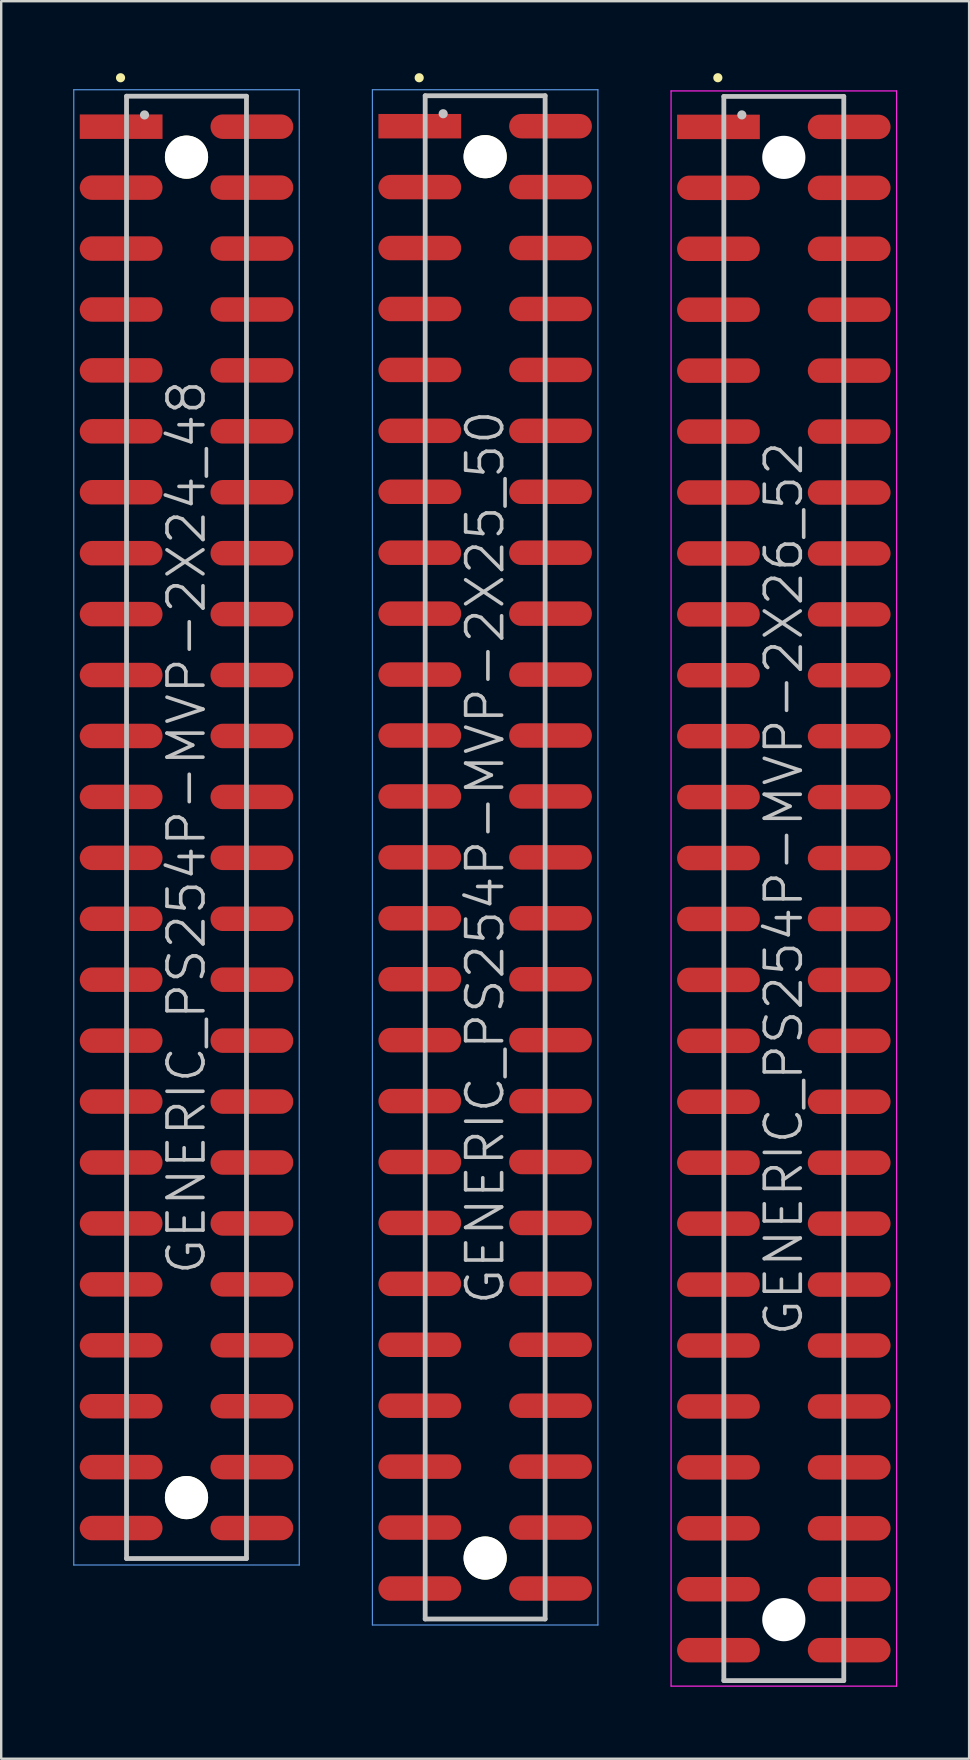
<source format=kicad_pcb>
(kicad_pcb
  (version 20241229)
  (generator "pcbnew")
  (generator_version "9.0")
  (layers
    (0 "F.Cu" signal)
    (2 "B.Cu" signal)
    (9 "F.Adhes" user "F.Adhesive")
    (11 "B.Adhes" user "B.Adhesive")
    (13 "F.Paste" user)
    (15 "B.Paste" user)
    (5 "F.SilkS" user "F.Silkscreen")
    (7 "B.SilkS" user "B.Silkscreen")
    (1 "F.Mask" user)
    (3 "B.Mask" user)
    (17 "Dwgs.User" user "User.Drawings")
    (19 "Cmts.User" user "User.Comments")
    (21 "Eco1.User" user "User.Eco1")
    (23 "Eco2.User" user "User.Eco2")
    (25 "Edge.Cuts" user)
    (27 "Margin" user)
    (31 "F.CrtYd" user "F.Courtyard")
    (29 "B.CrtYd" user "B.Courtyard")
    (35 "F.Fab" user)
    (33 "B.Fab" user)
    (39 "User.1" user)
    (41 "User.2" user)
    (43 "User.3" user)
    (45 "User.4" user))
  (footprint "GENERIC_PS254P-MVP-2X26_52"
    (layer "F.Cu")
    (at 29.625 33.99)
    (property "Reference" "GENERIC_PS254P-MVP-2X26_52" (at 0 0 90) (layer "Dwgs.User") (effects (font (size 1.5 1.5) (thickness 0.15))))
    (attr smd)
    (fp_line (start -2.75 -33.8) (end -2.75 -33.8) (stroke (width 0.381) (type solid)) (layer "F.SilkS"))
    (fp_line (start -2.5 -33.02) (end -2.5 33.02) (stroke (width 0.2) (type solid)) (layer "Dwgs.User"))
    (fp_line (start -2.5 -33.02) (end 2.5 -33.02) (stroke (width 0.2) (type solid)) (layer "Dwgs.User"))
    (fp_line (start -2.5 33.02) (end 2.5 33.02) (stroke (width 0.2) (type solid)) (layer "Dwgs.User"))
    (fp_line (start -1.75 -32.25) (end -1.75 -32.25) (stroke (width 0.381) (type solid)) (layer "Dwgs.User"))
    (fp_line (start 2.5 -33.02) (end 2.5 33.02) (stroke (width 0.2) (type solid)) (layer "Dwgs.User"))
    (fp_line (start -4.7 -33.25) (end -4.7 33.25) (stroke (width 0.05) (type solid)) (layer "F.CrtYd"))
    (fp_line (start -4.7 -33.25) (end 4.7 -33.25) (stroke (width 0.05) (type solid)) (layer "F.CrtYd"))
    (fp_line (start -4.7 33.25) (end 4.7 33.25) (stroke (width 0.05) (type solid)) (layer "F.CrtYd"))
    (fp_line (start 4.7 -33.25) (end 4.7 33.25) (stroke (width 0.05) (type solid)) (layer "F.CrtYd"))
    (pad "" np_thru_hole circle (at 0 -30.48 270) (size 1.8 1.8) (drill 1.8) (layers "*.Cu" "*.Mask"))
    (pad "" np_thru_hole circle (at 0 30.48 270) (size 1.8 1.8) (drill 1.8) (layers "*.Cu" "*.Mask"))
    (pad "1" smd rect (at -2.725 -31.75 270) (size 1.02 3.45) (layers "F.Cu" "F.Mask" "F.Paste"))
    (pad "2" smd oval (at 2.725 -31.75 270) (size 1.02 3.45) (layers "F.Cu" "F.Mask" "F.Paste"))
    (pad "3" smd oval (at -2.725 -29.21 270) (size 1.02 3.45) (layers "F.Cu" "F.Mask" "F.Paste"))
    (pad "4" smd oval (at 2.725 -29.21 270) (size 1.02 3.45) (layers "F.Cu" "F.Mask" "F.Paste"))
    (pad "5" smd oval (at -2.725 -26.67 270) (size 1.02 3.45) (layers "F.Cu" "F.Mask" "F.Paste"))
    (pad "6" smd oval (at 2.725 -26.67 270) (size 1.02 3.45) (layers "F.Cu" "F.Mask" "F.Paste"))
    (pad "7" smd oval (at -2.725 -24.13 270) (size 1.02 3.45) (layers "F.Cu" "F.Mask" "F.Paste"))
    (pad "8" smd oval (at 2.725 -24.13 270) (size 1.02 3.45) (layers "F.Cu" "F.Mask" "F.Paste"))
    (pad "9" smd oval (at -2.725 -21.59 270) (size 1.02 3.45) (layers "F.Cu" "F.Mask" "F.Paste"))
    (pad "10" smd oval (at 2.725 -21.59 270) (size 1.02 3.45) (layers "F.Cu" "F.Mask" "F.Paste"))
    (pad "11" smd oval (at -2.725 -19.05 270) (size 1.02 3.45) (layers "F.Cu" "F.Mask" "F.Paste"))
    (pad "12" smd oval (at 2.725 -19.05 270) (size 1.02 3.45) (layers "F.Cu" "F.Mask" "F.Paste"))
    (pad "13" smd oval (at -2.725 -16.51 270) (size 1.02 3.45) (layers "F.Cu" "F.Mask" "F.Paste"))
    (pad "14" smd oval (at 2.725 -16.51 270) (size 1.02 3.45) (layers "F.Cu" "F.Mask" "F.Paste"))
    (pad "15" smd oval (at -2.725 -13.97 270) (size 1.02 3.45) (layers "F.Cu" "F.Mask" "F.Paste"))
    (pad "16" smd oval (at 2.725 -13.97 270) (size 1.02 3.45) (layers "F.Cu" "F.Mask" "F.Paste"))
    (pad "17" smd oval (at -2.725 -11.43 270) (size 1.02 3.45) (layers "F.Cu" "F.Mask" "F.Paste"))
    (pad "18" smd oval (at 2.725 -11.43 270) (size 1.02 3.45) (layers "F.Cu" "F.Mask" "F.Paste"))
    (pad "19" smd oval (at -2.725 -8.89 270) (size 1.02 3.45) (layers "F.Cu" "F.Mask" "F.Paste"))
    (pad "20" smd oval (at 2.725 -8.89 270) (size 1.02 3.45) (layers "F.Cu" "F.Mask" "F.Paste"))
    (pad "21" smd oval (at -2.725 -6.35 270) (size 1.02 3.45) (layers "F.Cu" "F.Mask" "F.Paste"))
    (pad "22" smd oval (at 2.725 -6.35 270) (size 1.02 3.45) (layers "F.Cu" "F.Mask" "F.Paste"))
    (pad "23" smd oval (at -2.725 -3.81 270) (size 1.02 3.45) (layers "F.Cu" "F.Mask" "F.Paste"))
    (pad "24" smd oval (at 2.725 -3.81 270) (size 1.02 3.45) (layers "F.Cu" "F.Mask" "F.Paste"))
    (pad "25" smd oval (at -2.725 -1.27 270) (size 1.02 3.45) (layers "F.Cu" "F.Mask" "F.Paste"))
    (pad "26" smd oval (at 2.725 -1.27 270) (size 1.02 3.45) (layers "F.Cu" "F.Mask" "F.Paste"))
    (pad "27" smd oval (at -2.725 1.27 270) (size 1.02 3.45) (layers "F.Cu" "F.Mask" "F.Paste"))
    (pad "28" smd oval (at 2.725 1.27 270) (size 1.02 3.45) (layers "F.Cu" "F.Mask" "F.Paste"))
    (pad "29" smd oval (at -2.725 3.81 270) (size 1.02 3.45) (layers "F.Cu" "F.Mask" "F.Paste"))
    (pad "30" smd oval (at 2.725 3.81 270) (size 1.02 3.45) (layers "F.Cu" "F.Mask" "F.Paste"))
    (pad "31" smd oval (at -2.725 6.35 270) (size 1.02 3.45) (layers "F.Cu" "F.Mask" "F.Paste"))
    (pad "32" smd oval (at 2.725 6.35 270) (size 1.02 3.45) (layers "F.Cu" "F.Mask" "F.Paste"))
    (pad "33" smd oval (at -2.725 8.89 270) (size 1.02 3.45) (layers "F.Cu" "F.Mask" "F.Paste"))
    (pad "34" smd oval (at 2.725 8.89 270) (size 1.02 3.45) (layers "F.Cu" "F.Mask" "F.Paste"))
    (pad "35" smd oval (at -2.725 11.43 270) (size 1.02 3.45) (layers "F.Cu" "F.Mask" "F.Paste"))
    (pad "36" smd oval (at 2.725 11.43 270) (size 1.02 3.45) (layers "F.Cu" "F.Mask" "F.Paste"))
    (pad "37" smd oval (at -2.725 13.97 270) (size 1.02 3.45) (layers "F.Cu" "F.Mask" "F.Paste"))
    (pad "38" smd oval (at 2.725 13.97 270) (size 1.02 3.45) (layers "F.Cu" "F.Mask" "F.Paste"))
    (pad "39" smd oval (at -2.725 16.51 270) (size 1.02 3.45) (layers "F.Cu" "F.Mask" "F.Paste"))
    (pad "40" smd oval (at 2.725 16.51 270) (size 1.02 3.45) (layers "F.Cu" "F.Mask" "F.Paste"))
    (pad "41" smd oval (at -2.725 19.05 270) (size 1.02 3.45) (layers "F.Cu" "F.Mask" "F.Paste"))
    (pad "42" smd oval (at 2.725 19.05 270) (size 1.02 3.45) (layers "F.Cu" "F.Mask" "F.Paste"))
    (pad "43" smd oval (at -2.725 21.59 270) (size 1.02 3.45) (layers "F.Cu" "F.Mask" "F.Paste"))
    (pad "44" smd oval (at 2.725 21.59 270) (size 1.02 3.45) (layers "F.Cu" "F.Mask" "F.Paste"))
    (pad "45" smd oval (at -2.725 24.13 270) (size 1.02 3.45) (layers "F.Cu" "F.Mask" "F.Paste"))
    (pad "46" smd oval (at 2.725 24.13 270) (size 1.02 3.45) (layers "F.Cu" "F.Mask" "F.Paste"))
    (pad "47" smd oval (at -2.725 26.67 270) (size 1.02 3.45) (layers "F.Cu" "F.Mask" "F.Paste"))
    (pad "48" smd oval (at 2.725 26.67 270) (size 1.02 3.45) (layers "F.Cu" "F.Mask" "F.Paste"))
    (pad "49" smd oval (at -2.725 29.21 270) (size 1.02 3.45) (layers "F.Cu" "F.Mask" "F.Paste"))
    (pad "50" smd oval (at 2.725 29.21 270) (size 1.02 3.45) (layers "F.Cu" "F.Mask" "F.Paste"))
    (pad "51" smd oval (at -2.725 31.75 270) (size 1.02 3.45) (layers "F.Cu" "F.Mask" "F.Paste"))
    (pad "52" smd oval (at 2.725 31.75 270) (size 1.02 3.45) (layers "F.Cu" "F.Mask" "F.Paste")))
  (footprint "GENERIC_PS254P-MVP-2X25_50"
    (layer "F.Cu")
    (at 17.175 32.691)
    (property "Reference" "GENERIC_PS254P-MVP-2X25_50" (at 0 0 90) (layer "Dwgs.User") (effects (font (size 1.5 1.5) (thickness 0.15))))
    (attr smd)
    (fp_line (start -2.75 -32.5) (end -2.75 -32.5) (stroke (width 0.381) (type solid)) (layer "F.SilkS"))
    (fp_line (start -2.5 -31.75) (end -2.5 31.75) (stroke (width 0.2) (type solid)) (layer "Dwgs.User"))
    (fp_line (start -2.5 -31.75) (end 2.5 -31.75) (stroke (width 0.2) (type solid)) (layer "Dwgs.User"))
    (fp_line (start -2.5 31.75) (end 2.5 31.75) (stroke (width 0.2) (type solid)) (layer "Dwgs.User"))
    (fp_line (start -1.75 -31) (end -1.75 -31) (stroke (width 0.381) (type solid)) (layer "Dwgs.User"))
    (fp_line (start 2.5 -31.75) (end 2.5 31.75) (stroke (width 0.2) (type solid)) (layer "Dwgs.User"))
    (fp_line (start -4.7 -32) (end -4.7 32) (stroke (width 0.05) (type solid)) (layer "Cmts.User"))
    (fp_line (start -4.7 -32) (end 4.7 -32) (stroke (width 0.05) (type solid)) (layer "Cmts.User"))
    (fp_line (start -4.7 32) (end 4.7 32) (stroke (width 0.05) (type solid)) (layer "Cmts.User"))
    (fp_line (start 4.7 -32) (end 4.7 32) (stroke (width 0.05) (type solid)) (layer "Cmts.User"))
    (pad "" np_thru_hole circle (at 0 -29.21 270) (size 1.8 1.8) (drill 1.8) (layers "*.Cu" "*.Mask" "F.SilkS"))
    (pad "" np_thru_hole circle (at 0 29.21 270) (size 1.8 1.8) (drill 1.8) (layers "*.Cu" "*.Mask" "F.SilkS"))
    (pad "1" smd rect (at -2.725 -30.48 270) (size 1.02 3.45) (layers "F.Cu" "F.Mask" "F.Paste"))
    (pad "2" smd oval (at 2.725 -30.48 270) (size 1.02 3.45) (layers "F.Cu" "F.Mask" "F.Paste"))
    (pad "3" smd oval (at -2.725 -27.94 270) (size 1.02 3.45) (layers "F.Cu" "F.Mask" "F.Paste"))
    (pad "4" smd oval (at 2.725 -27.94 270) (size 1.02 3.45) (layers "F.Cu" "F.Mask" "F.Paste"))
    (pad "5" smd oval (at -2.725 -25.4 270) (size 1.02 3.45) (layers "F.Cu" "F.Mask" "F.Paste"))
    (pad "6" smd oval (at 2.725 -25.4 270) (size 1.02 3.45) (layers "F.Cu" "F.Mask" "F.Paste"))
    (pad "7" smd oval (at -2.725 -22.86 270) (size 1.02 3.45) (layers "F.Cu" "F.Mask" "F.Paste"))
    (pad "8" smd oval (at 2.725 -22.86 270) (size 1.02 3.45) (layers "F.Cu" "F.Mask" "F.Paste"))
    (pad "9" smd oval (at -2.725 -20.32 270) (size 1.02 3.45) (layers "F.Cu" "F.Mask" "F.Paste"))
    (pad "10" smd oval (at 2.725 -20.32 270) (size 1.02 3.45) (layers "F.Cu" "F.Mask" "F.Paste"))
    (pad "11" smd oval (at -2.725 -17.78 270) (size 1.02 3.45) (layers "F.Cu" "F.Mask" "F.Paste"))
    (pad "12" smd oval (at 2.725 -17.78 270) (size 1.02 3.45) (layers "F.Cu" "F.Mask" "F.Paste"))
    (pad "13" smd oval (at -2.725 -15.24 270) (size 1.02 3.45) (layers "F.Cu" "F.Mask" "F.Paste"))
    (pad "14" smd oval (at 2.725 -15.24 270) (size 1.02 3.45) (layers "F.Cu" "F.Mask" "F.Paste"))
    (pad "15" smd oval (at -2.725 -12.7 270) (size 1.02 3.45) (layers "F.Cu" "F.Mask" "F.Paste"))
    (pad "16" smd oval (at 2.725 -12.7 270) (size 1.02 3.45) (layers "F.Cu" "F.Mask" "F.Paste"))
    (pad "17" smd oval (at -2.725 -10.16 270) (size 1.02 3.45) (layers "F.Cu" "F.Mask" "F.Paste"))
    (pad "18" smd oval (at 2.725 -10.16 270) (size 1.02 3.45) (layers "F.Cu" "F.Mask" "F.Paste"))
    (pad "19" smd oval (at -2.725 -7.62 270) (size 1.02 3.45) (layers "F.Cu" "F.Mask" "F.Paste"))
    (pad "20" smd oval (at 2.725 -7.62 270) (size 1.02 3.45) (layers "F.Cu" "F.Mask" "F.Paste"))
    (pad "21" smd oval (at -2.725 -5.08 270) (size 1.02 3.45) (layers "F.Cu" "F.Mask" "F.Paste"))
    (pad "22" smd oval (at 2.725 -5.08 270) (size 1.02 3.45) (layers "F.Cu" "F.Mask" "F.Paste"))
    (pad "23" smd oval (at -2.725 -2.54 270) (size 1.02 3.45) (layers "F.Cu" "F.Mask" "F.Paste"))
    (pad "24" smd oval (at 2.725 -2.54 270) (size 1.02 3.45) (layers "F.Cu" "F.Mask" "F.Paste"))
    (pad "25" smd oval (at -2.725 0 270) (size 1.02 3.45) (layers "F.Cu" "F.Mask" "F.Paste"))
    (pad "26" smd oval (at 2.725 0 270) (size 1.02 3.45) (layers "F.Cu" "F.Mask" "F.Paste"))
    (pad "27" smd oval (at -2.725 2.54 270) (size 1.02 3.45) (layers "F.Cu" "F.Mask" "F.Paste"))
    (pad "28" smd oval (at 2.725 2.54 270) (size 1.02 3.45) (layers "F.Cu" "F.Mask" "F.Paste"))
    (pad "29" smd oval (at -2.725 5.08 270) (size 1.02 3.45) (layers "F.Cu" "F.Mask" "F.Paste"))
    (pad "30" smd oval (at 2.725 5.08 270) (size 1.02 3.45) (layers "F.Cu" "F.Mask" "F.Paste"))
    (pad "31" smd oval (at -2.725 7.62 270) (size 1.02 3.45) (layers "F.Cu" "F.Mask" "F.Paste"))
    (pad "32" smd oval (at 2.725 7.62 270) (size 1.02 3.45) (layers "F.Cu" "F.Mask" "F.Paste"))
    (pad "33" smd oval (at -2.725 10.16 270) (size 1.02 3.45) (layers "F.Cu" "F.Mask" "F.Paste"))
    (pad "34" smd oval (at 2.725 10.16 270) (size 1.02 3.45) (layers "F.Cu" "F.Mask" "F.Paste"))
    (pad "35" smd oval (at -2.725 12.7 270) (size 1.02 3.45) (layers "F.Cu" "F.Mask" "F.Paste"))
    (pad "36" smd oval (at 2.725 12.7 270) (size 1.02 3.45) (layers "F.Cu" "F.Mask" "F.Paste"))
    (pad "37" smd oval (at -2.725 15.24 270) (size 1.02 3.45) (layers "F.Cu" "F.Mask" "F.Paste"))
    (pad "38" smd oval (at 2.725 15.24 270) (size 1.02 3.45) (layers "F.Cu" "F.Mask" "F.Paste"))
    (pad "39" smd oval (at -2.725 17.78 270) (size 1.02 3.45) (layers "F.Cu" "F.Mask" "F.Paste"))
    (pad "40" smd oval (at 2.725 17.78 270) (size 1.02 3.45) (layers "F.Cu" "F.Mask" "F.Paste"))
    (pad "41" smd oval (at -2.725 20.32 270) (size 1.02 3.45) (layers "F.Cu" "F.Mask" "F.Paste"))
    (pad "42" smd oval (at 2.725 20.32 270) (size 1.02 3.45) (layers "F.Cu" "F.Mask" "F.Paste"))
    (pad "43" smd oval (at -2.725 22.86 270) (size 1.02 3.45) (layers "F.Cu" "F.Mask" "F.Paste"))
    (pad "44" smd oval (at 2.725 22.86 270) (size 1.02 3.45) (layers "F.Cu" "F.Mask" "F.Paste"))
    (pad "45" smd oval (at -2.725 25.4 270) (size 1.02 3.45) (layers "F.Cu" "F.Mask" "F.Paste"))
    (pad "46" smd oval (at 2.725 25.4 270) (size 1.02 3.45) (layers "F.Cu" "F.Mask" "F.Paste"))
    (pad "47" smd oval (at -2.725 27.94 270) (size 1.02 3.45) (layers "F.Cu" "F.Mask" "F.Paste"))
    (pad "48" smd oval (at 2.725 27.94 270) (size 1.02 3.45) (layers "F.Cu" "F.Mask" "F.Paste"))
    (pad "49" smd oval (at -2.725 30.48 270) (size 1.02 3.45) (layers "F.Cu" "F.Mask" "F.Paste"))
    (pad "50" smd oval (at 2.725 30.48 270) (size 1.02 3.45) (layers "F.Cu" "F.Mask" "F.Paste")))
  (footprint "GENERIC_PS254P-MVP-2X24_48"
    (layer "F.Cu")
    (at 4.725 31.441)
    (property "Reference" "GENERIC_PS254P-MVP-2X24_48" (at 0 0 90) (layer "Dwgs.User") (effects (font (size 1.5 1.5) (thickness 0.15))))
    (attr smd)
    (fp_line (start -2.75 -31.25) (end -2.75 -31.25) (stroke (width 0.381) (type solid)) (layer "F.SilkS"))
    (fp_line (start -2.5 -30.48) (end -2.5 30.48) (stroke (width 0.2) (type solid)) (layer "Dwgs.User"))
    (fp_line (start -2.5 -30.48) (end 2.5 -30.48) (stroke (width 0.2) (type solid)) (layer "Dwgs.User"))
    (fp_line (start -2.5 30.48) (end 2.5 30.48) (stroke (width 0.2) (type solid)) (layer "Dwgs.User"))
    (fp_line (start -1.75 -29.7) (end -1.75 -29.7) (stroke (width 0.381) (type solid)) (layer "Dwgs.User"))
    (fp_line (start 2.5 -30.48) (end 2.5 30.48) (stroke (width 0.2) (type solid)) (layer "Dwgs.User"))
    (fp_line (start -4.7 -30.75) (end -4.7 30.75) (stroke (width 0.05) (type solid)) (layer "Cmts.User"))
    (fp_line (start -4.7 -30.75) (end 4.7 -30.75) (stroke (width 0.05) (type solid)) (layer "Cmts.User"))
    (fp_line (start -4.7 30.75) (end 4.7 30.75) (stroke (width 0.05) (type solid)) (layer "Cmts.User"))
    (fp_line (start 4.7 -30.75) (end 4.7 30.75) (stroke (width 0.05) (type solid)) (layer "Cmts.User"))
    (pad "" np_thru_hole circle (at 0 -27.94 270) (size 1.8 1.8) (drill 1.8) (layers "*.Cu" "*.Mask" "F.SilkS"))
    (pad "" np_thru_hole circle (at 0 27.94 270) (size 1.8 1.8) (drill 1.8) (layers "*.Cu" "*.Mask" "F.SilkS"))
    (pad "1" smd rect (at -2.725 -29.21 270) (size 1.02 3.45) (layers "F.Cu" "F.Mask" "F.Paste"))
    (pad "2" smd oval (at 2.725 -29.21 270) (size 1.02 3.45) (layers "F.Cu" "F.Mask" "F.Paste"))
    (pad "3" smd oval (at -2.725 -26.67 270) (size 1.02 3.45) (layers "F.Cu" "F.Mask" "F.Paste"))
    (pad "4" smd oval (at 2.725 -26.67 270) (size 1.02 3.45) (layers "F.Cu" "F.Mask" "F.Paste"))
    (pad "5" smd oval (at -2.725 -24.13 270) (size 1.02 3.45) (layers "F.Cu" "F.Mask" "F.Paste"))
    (pad "6" smd oval (at 2.725 -24.13 270) (size 1.02 3.45) (layers "F.Cu" "F.Mask" "F.Paste"))
    (pad "7" smd oval (at -2.725 -21.59 270) (size 1.02 3.45) (layers "F.Cu" "F.Mask" "F.Paste"))
    (pad "8" smd oval (at 2.725 -21.59 270) (size 1.02 3.45) (layers "F.Cu" "F.Mask" "F.Paste"))
    (pad "9" smd oval (at -2.725 -19.05 270) (size 1.02 3.45) (layers "F.Cu" "F.Mask" "F.Paste"))
    (pad "10" smd oval (at 2.725 -19.05 270) (size 1.02 3.45) (layers "F.Cu" "F.Mask" "F.Paste"))
    (pad "11" smd oval (at -2.725 -16.51 270) (size 1.02 3.45) (layers "F.Cu" "F.Mask" "F.Paste"))
    (pad "12" smd oval (at 2.725 -16.51 270) (size 1.02 3.45) (layers "F.Cu" "F.Mask" "F.Paste"))
    (pad "13" smd oval (at -2.725 -13.97 270) (size 1.02 3.45) (layers "F.Cu" "F.Mask" "F.Paste"))
    (pad "14" smd oval (at 2.725 -13.97 270) (size 1.02 3.45) (layers "F.Cu" "F.Mask" "F.Paste"))
    (pad "15" smd oval (at -2.725 -11.43 270) (size 1.02 3.45) (layers "F.Cu" "F.Mask" "F.Paste"))
    (pad "16" smd oval (at 2.725 -11.43 270) (size 1.02 3.45) (layers "F.Cu" "F.Mask" "F.Paste"))
    (pad "17" smd oval (at -2.725 -8.89 270) (size 1.02 3.45) (layers "F.Cu" "F.Mask" "F.Paste"))
    (pad "18" smd oval (at 2.725 -8.89 270) (size 1.02 3.45) (layers "F.Cu" "F.Mask" "F.Paste"))
    (pad "19" smd oval (at -2.725 -6.35 270) (size 1.02 3.45) (layers "F.Cu" "F.Mask" "F.Paste"))
    (pad "20" smd oval (at 2.725 -6.35 270) (size 1.02 3.45) (layers "F.Cu" "F.Mask" "F.Paste"))
    (pad "21" smd oval (at -2.725 -3.81 270) (size 1.02 3.45) (layers "F.Cu" "F.Mask" "F.Paste"))
    (pad "22" smd oval (at 2.725 -3.81 270) (size 1.02 3.45) (layers "F.Cu" "F.Mask" "F.Paste"))
    (pad "23" smd oval (at -2.725 -1.27 270) (size 1.02 3.45) (layers "F.Cu" "F.Mask" "F.Paste"))
    (pad "24" smd oval (at 2.725 -1.27 270) (size 1.02 3.45) (layers "F.Cu" "F.Mask" "F.Paste"))
    (pad "25" smd oval (at -2.725 1.27 270) (size 1.02 3.45) (layers "F.Cu" "F.Mask" "F.Paste"))
    (pad "26" smd oval (at 2.725 1.27 270) (size 1.02 3.45) (layers "F.Cu" "F.Mask" "F.Paste"))
    (pad "27" smd oval (at -2.725 3.81 270) (size 1.02 3.45) (layers "F.Cu" "F.Mask" "F.Paste"))
    (pad "28" smd oval (at 2.725 3.81 270) (size 1.02 3.45) (layers "F.Cu" "F.Mask" "F.Paste"))
    (pad "29" smd oval (at -2.725 6.35 270) (size 1.02 3.45) (layers "F.Cu" "F.Mask" "F.Paste"))
    (pad "30" smd oval (at 2.725 6.35 270) (size 1.02 3.45) (layers "F.Cu" "F.Mask" "F.Paste"))
    (pad "31" smd oval (at -2.725 8.89 270) (size 1.02 3.45) (layers "F.Cu" "F.Mask" "F.Paste"))
    (pad "32" smd oval (at 2.725 8.89 270) (size 1.02 3.45) (layers "F.Cu" "F.Mask" "F.Paste"))
    (pad "33" smd oval (at -2.725 11.43 270) (size 1.02 3.45) (layers "F.Cu" "F.Mask" "F.Paste"))
    (pad "34" smd oval (at 2.725 11.43 270) (size 1.02 3.45) (layers "F.Cu" "F.Mask" "F.Paste"))
    (pad "35" smd oval (at -2.725 13.97 270) (size 1.02 3.45) (layers "F.Cu" "F.Mask" "F.Paste"))
    (pad "36" smd oval (at 2.725 13.97 270) (size 1.02 3.45) (layers "F.Cu" "F.Mask" "F.Paste"))
    (pad "37" smd oval (at -2.725 16.51 270) (size 1.02 3.45) (layers "F.Cu" "F.Mask" "F.Paste"))
    (pad "38" smd oval (at 2.725 16.51 270) (size 1.02 3.45) (layers "F.Cu" "F.Mask" "F.Paste"))
    (pad "39" smd oval (at -2.725 19.05 270) (size 1.02 3.45) (layers "F.Cu" "F.Mask" "F.Paste"))
    (pad "40" smd oval (at 2.725 19.05 270) (size 1.02 3.45) (layers "F.Cu" "F.Mask" "F.Paste"))
    (pad "41" smd oval (at -2.725 21.59 270) (size 1.02 3.45) (layers "F.Cu" "F.Mask" "F.Paste"))
    (pad "42" smd oval (at 2.725 21.59 270) (size 1.02 3.45) (layers "F.Cu" "F.Mask" "F.Paste"))
    (pad "43" smd oval (at -2.725 24.13 270) (size 1.02 3.45) (layers "F.Cu" "F.Mask" "F.Paste"))
    (pad "44" smd oval (at 2.725 24.13 270) (size 1.02 3.45) (layers "F.Cu" "F.Mask" "F.Paste"))
    (pad "45" smd oval (at -2.725 26.67 270) (size 1.02 3.45) (layers "F.Cu" "F.Mask" "F.Paste"))
    (pad "46" smd oval (at 2.725 26.67 270) (size 1.02 3.45) (layers "F.Cu" "F.Mask" "F.Paste"))
    (pad "47" smd oval (at -2.725 29.21 270) (size 1.02 3.45) (layers "F.Cu" "F.Mask" "F.Paste"))
    (pad "48" smd oval (at 2.725 29.21 270) (size 1.02 3.45) (layers "F.Cu" "F.Mask" "F.Paste")))
  (gr_rect
    (start -3 -3)
    (end 37.35 70.266)
    (stroke (width 0.1) (type default))
    (fill no)
    (layer "Edge.Cuts")))
</source>
